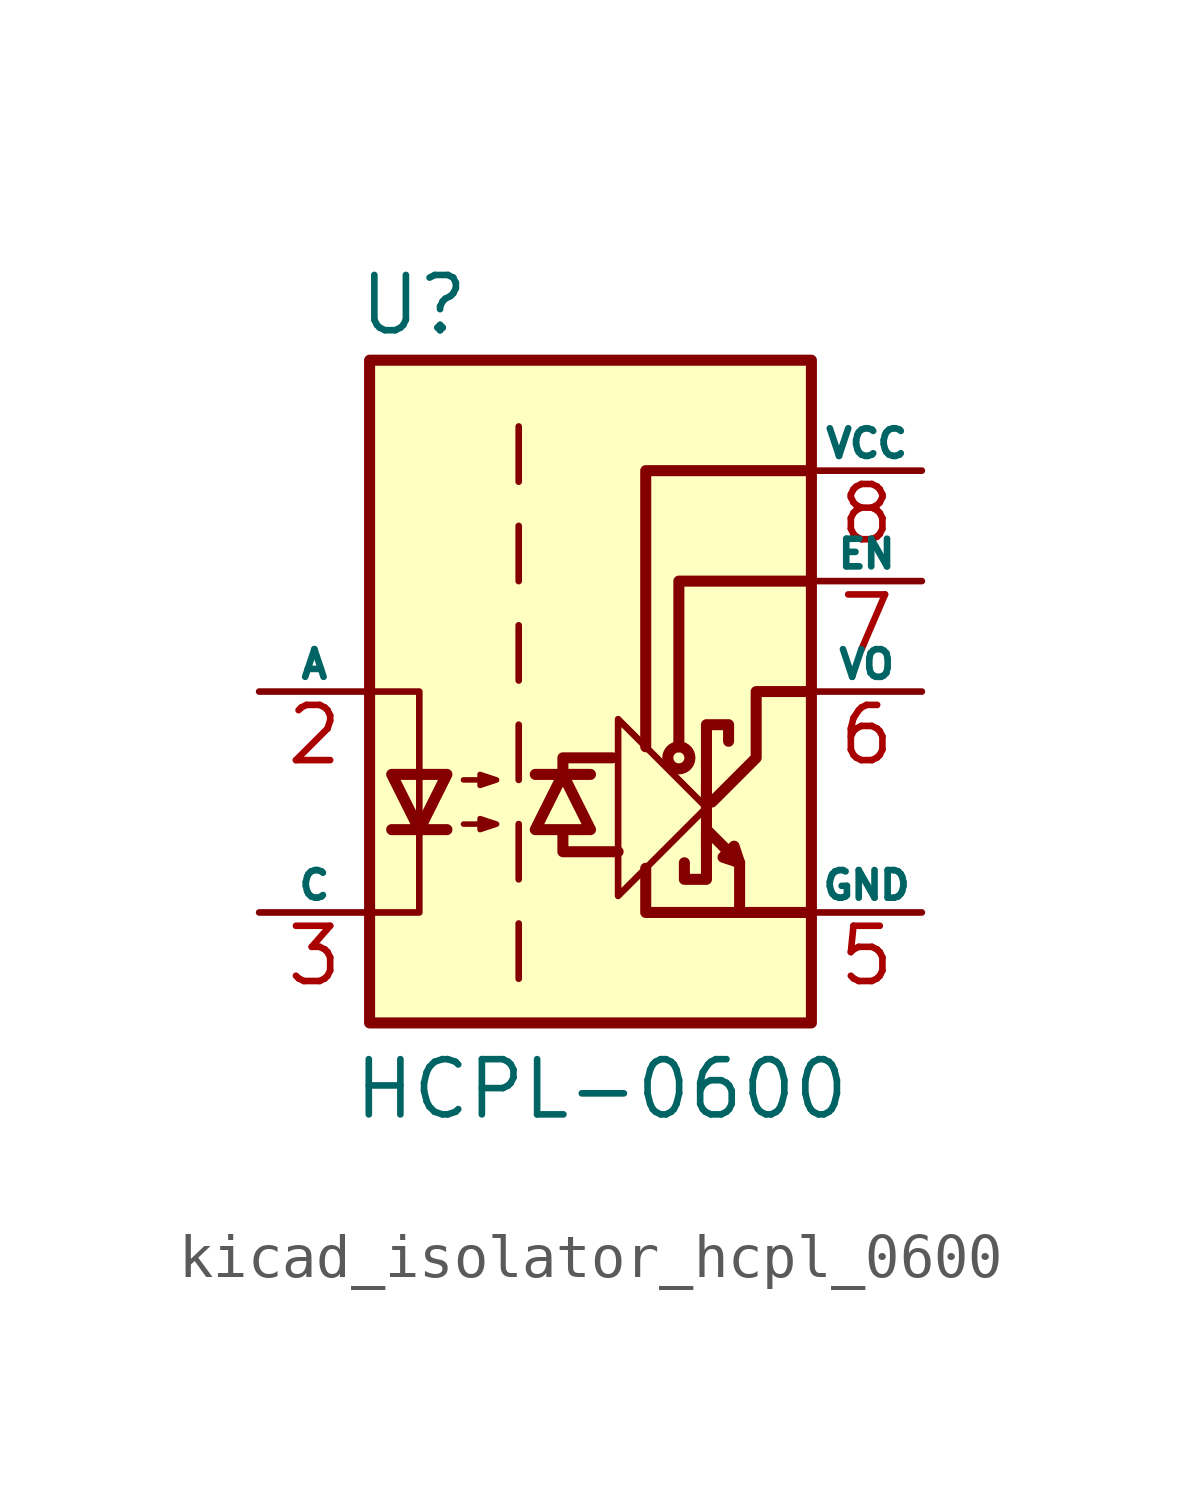
<source format=kicad_sym>
(kicad_symbol_lib
  (version 20220914)
  (generator kicad_symbol_editor)
  (symbol "kicad_isolator_hcpl_0600"
    (pin_names
      (offset 0))
    (property "Reference" "U"
      (at -4.064 8.89 0)
      (effects (font (size 1.27 1.27))))
    (property "Value" "HCPL-0600"
      (at 0.254 -9.144 0)
      (effects (font (size 1.27 1.27))))
    (symbol "kicad_isolator_hcpl_0600_0_1"
      (polyline (pts (xy 2.667 -3.556) (xy 2.667 -1.651)) (stroke (width 0.254) (type default)) (fill (type none)))
      (polyline (pts (xy 2.667 -2.159) (xy 2.667 -2.921)) (stroke (width 0.254) (type default)) (fill (type none)))
      (polyline (pts (xy 3.429 -3.937) (xy 3.429 -5.08)) (stroke (width 0.254) (type default)) (fill (type none)))
      (polyline (pts (xy -0.635 -3.302) (xy -0.635 -3.683) (xy 0.635 -3.683)) (stroke (width 0.254) (type default)) (fill (type none)))
      (polyline (pts (xy -0.635 -1.905) (xy -0.635 -1.524) (xy 0.508 -1.524)) (stroke (width 0.254) (type default)) (fill (type none)))
      (polyline (pts (xy 1.27 -4.064) (xy 1.27 -5.08) (xy 5.08 -5.08)) (stroke (width 0.254) (type default)) (fill (type none)))
      (polyline (pts (xy 1.27 -1.27) (xy 1.27 5.08) (xy 5.08 5.08)) (stroke (width 0.254) (type default)) (fill (type none)))
      (polyline (pts (xy 2.032 -1.27) (xy 2.032 2.54) (xy 5.08 2.54)) (stroke (width 0.254) (type default)) (fill (type none)))
      (polyline (pts (xy -5.08 -5.08) (xy -3.937 -5.08) (xy -3.937 0) (xy -5.08 0)) (stroke (width 0) (type default)) (fill (type none)))
      (polyline (pts (xy 2.667 -3.302) (xy 2.667 -4.318) (xy 2.159 -4.318) (xy 2.159 -3.937)) (stroke (width 0.254) (type default)) (fill (type none)))
      (polyline (pts (xy 2.667 -2.667) (xy 0.635 -4.699) (xy 0.635 -0.635) (xy 2.667 -2.667)) (stroke (width 0) (type default)) (fill (type none)))
      (polyline (pts (xy 2.667 -1.778) (xy 2.667 -0.762) (xy 3.175 -0.762) (xy 3.175 -1.143)) (stroke (width 0.254) (type default)) (fill (type none)))
      (polyline (pts (xy 2.794 -2.54) (xy 3.81 -1.524) (xy 3.81 0) (xy 5.08 0)) (stroke (width 0.254) (type default)) (fill (type none)))
      (polyline (pts (xy 2.667 -3.175) (xy 3.429 -3.937) (xy 3.302 -3.556) (xy 3.048 -3.81) (xy 3.429 -3.937)) (stroke (width 0.254) (type default)) (fill (type none)))
      (circle (center 2.032 -1.524) (radius 0.254) (stroke (width 0.254) (type default)) (fill (type none))))
    (symbol "kicad_isolator_hcpl_0600_1_1"
      (rectangle (start -5.08 7.62) (end 5.08 -7.62) (stroke (width 0.254) (type default)) (fill (type background)))
      (polyline (pts (xy -4.572 -3.175) (xy -3.302 -3.175)) (stroke (width 0.254) (type default)) (fill (type none)))
      (polyline (pts (xy -1.651 -5.334) (xy -1.651 -6.604)) (stroke (width 0) (type default)) (fill (type none)))
      (polyline (pts (xy -1.651 -3.048) (xy -1.651 -4.318)) (stroke (width 0) (type default)) (fill (type none)))
      (polyline (pts (xy -1.651 -0.762) (xy -1.651 -2.032)) (stroke (width 0) (type default)) (fill (type none)))
      (polyline (pts (xy -1.651 1.524) (xy -1.651 0.254)) (stroke (width 0) (type default)) (fill (type none)))
      (polyline (pts (xy -1.651 3.81) (xy -1.651 2.54)) (stroke (width 0) (type default)) (fill (type none)))
      (polyline (pts (xy -1.651 6.096) (xy -1.651 4.826)) (stroke (width 0) (type default)) (fill (type none)))
      (polyline (pts (xy -1.27 -1.905) (xy 0 -1.905)) (stroke (width 0.254) (type default)) (fill (type none)))
      (polyline (pts (xy -3.937 -3.175) (xy -4.572 -1.905) (xy -3.302 -1.905) (xy -3.937 -3.175)) (stroke (width 0.254) (type default)) (fill (type none)))
      (polyline (pts (xy -0.635 -1.905) (xy -1.27 -3.175) (xy 0 -3.175) (xy -0.635 -1.905)) (stroke (width 0.254) (type default)) (fill (type none)))
      (polyline (pts (xy -2.921 -3.048) (xy -2.159 -3.048) (xy -2.54 -3.175) (xy -2.54 -2.921) (xy -2.159 -3.048)) (stroke (width 0.127) (type default)) (fill (type none)))
      (polyline (pts (xy -2.921 -2.032) (xy -2.159 -2.032) (xy -2.54 -2.159) (xy -2.54 -1.905) (xy -2.159 -2.032)) (stroke (width 0.127) (type default)) (fill (type none)))
      (pin no_connect line (at -5.08 5.08 0) (length 2.54) hide (name "NC" (effects (font (size 0.635 0.635)))) (number "1" (effects (font (size 1.27 1.27)))))
      (pin passive line (at -7.62 0 0) (length 2.54) (name "A" (effects (font (size 0.635 0.635)))) (number "2" (effects (font (size 1.27 1.27)))))
      (pin passive line (at -7.62 -5.08 0) (length 2.54) (name "C" (effects (font (size 0.635 0.635)))) (number "3" (effects (font (size 1.27 1.27)))))
      (pin power_in line (at 7.62 -5.08 180) (length 2.54) (name "GND" (effects (font (size 0.635 0.635)))) (number "5" (effects (font (size 1.27 1.27)))))
      (pin open_collector line (at 7.62 0 180) (length 2.54) (name "VO" (effects (font (size 0.635 0.635)))) (number "6" (effects (font (size 1.27 1.27)))))
      (pin input line (at 7.62 2.54 180) (length 2.54) (name "EN" (effects (font (size 0.635 0.635)))) (number "7" (effects (font (size 1.27 1.27)))))
      (pin power_in line (at 7.62 5.08 180) (length 2.54) (name "VCC" (effects (font (size 0.635 0.635)))) (number "8" (effects (font (size 1.27 1.27))))))))
</source>
